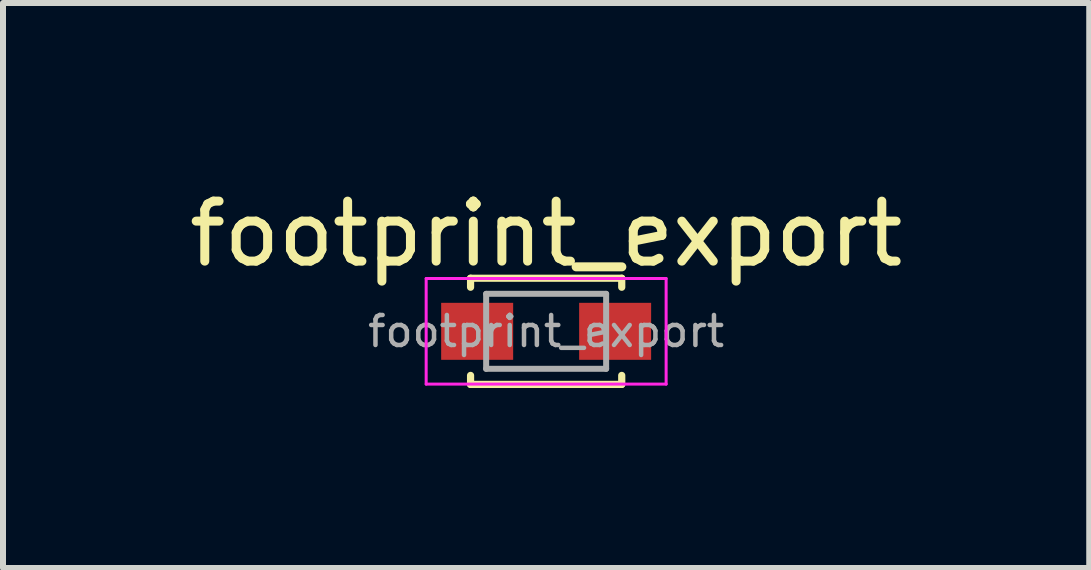
<source format=kicad_pcb>
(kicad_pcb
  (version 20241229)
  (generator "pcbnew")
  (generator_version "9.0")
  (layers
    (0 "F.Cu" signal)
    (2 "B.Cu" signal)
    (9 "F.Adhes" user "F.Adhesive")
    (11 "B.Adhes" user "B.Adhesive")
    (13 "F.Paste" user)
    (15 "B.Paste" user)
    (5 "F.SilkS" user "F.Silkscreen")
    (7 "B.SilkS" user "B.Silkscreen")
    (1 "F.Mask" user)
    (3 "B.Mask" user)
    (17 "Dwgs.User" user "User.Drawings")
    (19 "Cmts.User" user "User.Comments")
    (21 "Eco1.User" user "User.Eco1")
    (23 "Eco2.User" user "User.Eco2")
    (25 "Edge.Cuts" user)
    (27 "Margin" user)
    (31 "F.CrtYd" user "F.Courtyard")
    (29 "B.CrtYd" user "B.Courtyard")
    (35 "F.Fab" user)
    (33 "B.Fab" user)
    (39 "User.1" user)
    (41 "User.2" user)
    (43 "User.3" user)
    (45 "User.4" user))
  (footprint "footprint_export"
    (layer "F.Cu")
    (at 6.054 2.473)
    (property "Reference" "footprint_export" (at 0 -1.625 0) (layer "F.SilkS") (effects (font (size 1 1) (thickness 0.15))))
    (attr smd)
    (fp_line (start -1.26 -0.885) (end -1.26 -0.735) (stroke (width 0.12) (type solid)) (layer "F.SilkS"))
    (fp_line (start -1.26 -0.885) (end 1.26 -0.885) (stroke (width 0.12) (type solid)) (layer "F.SilkS"))
    (fp_line (start -1.26 0.885) (end -1.26 0.735) (stroke (width 0.12) (type solid)) (layer "F.SilkS"))
    (fp_line (start -1.26 0.885) (end 1.26 0.885) (stroke (width 0.12) (type solid)) (layer "F.SilkS"))
    (fp_line (start 1.26 -0.885) (end 1.26 -0.735) (stroke (width 0.12) (type solid)) (layer "F.SilkS"))
    (fp_line (start 1.26 0.885) (end 1.26 0.735) (stroke (width 0.12) (type solid)) (layer "F.SilkS"))
    (fp_line (start -2 -0.88) (end -2 0.88) (stroke (width 0.05) (type solid)) (layer "F.CrtYd"))
    (fp_line (start -2 0.88) (end 2 0.88) (stroke (width 0.05) (type solid)) (layer "F.CrtYd"))
    (fp_line (start 2 -0.88) (end -2 -0.88) (stroke (width 0.05) (type solid)) (layer "F.CrtYd"))
    (fp_line (start 2 0.88) (end 2 -0.88) (stroke (width 0.05) (type solid)) (layer "F.CrtYd"))
    (fp_line (start -1 -0.625) (end -1 0.625) (stroke (width 0.1) (type solid)) (layer "F.Fab"))
    (fp_line (start -1 0.625) (end 1 0.625) (stroke (width 0.1) (type solid)) (layer "F.Fab"))
    (fp_line (start 1 -0.625) (end -1 -0.625) (stroke (width 0.1) (type solid)) (layer "F.Fab"))
    (fp_line (start 1 0.625) (end 1 -0.625) (stroke (width 0.1) (type solid)) (layer "F.Fab"))
    (fp_text user "${REFERENCE}" (at 0 0 0) (layer "F.Fab") (effects (font (size 0.5 0.5) (thickness 0.075))))
    (pad "1" smd rect (at -1.15 0) (size 1.2 0.95) (layers "F.Cu" "F.Mask" "F.Paste"))
    (pad "2" smd rect (at 1.15 0) (size 1.2 0.95) (layers "F.Cu" "F.Mask" "F.Paste")))
  (gr_rect
    (start -3 -3)
    (end 15.107 6.418)
    (stroke (width 0.1) (type default))
    (fill no)
    (layer "Edge.Cuts")))
</source>
